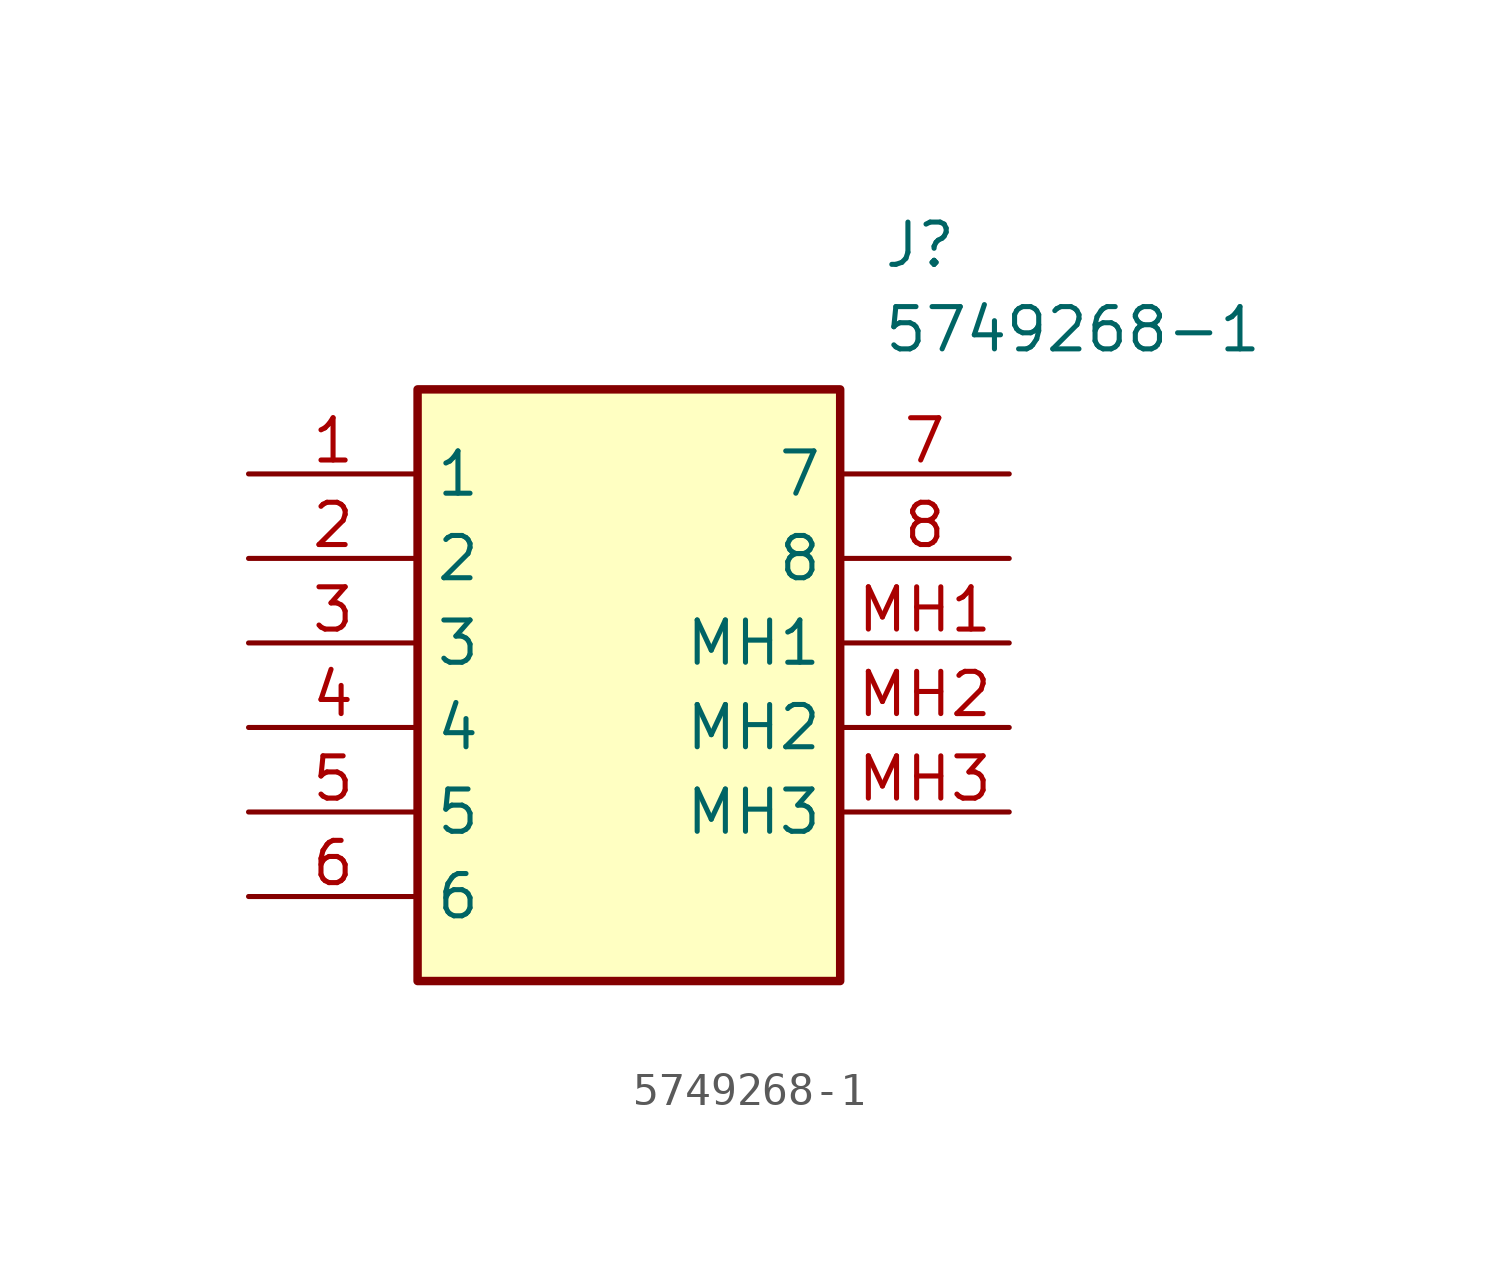
<source format=kicad_sym>
(kicad_symbol_lib
  (version 20211014)
  (generator SamacSys_ECAD_Model)
  (symbol "5749268-1"
    (property "Reference" "J"
      (at 19.05 7.62 0)
      (effects (font (size 1.27 1.27)) (justify left top)))
    (property "Value" "5749268-1"
      (at 19.05 5.08 0)
      (effects (font (size 1.27 1.27)) (justify left top)))
    (rectangle
      (start 5.08 2.54)
      (end 17.78 -15.24)
      (stroke (width 0.254) (type default))
      (fill (type background)))
    (pin passive line
      (at 0 0 0)
      (length 5.08)
      (name "1" (effects (font (size 1.27 1.27))))
      (number "1" (effects (font (size 1.27 1.27)))))
    (pin passive line
      (at 0 -2.54 0)
      (length 5.08)
      (name "2" (effects (font (size 1.27 1.27))))
      (number "2" (effects (font (size 1.27 1.27)))))
    (pin passive line
      (at 0 -5.08 0)
      (length 5.08)
      (name "3" (effects (font (size 1.27 1.27))))
      (number "3" (effects (font (size 1.27 1.27)))))
    (pin passive line
      (at 0 -7.62 0)
      (length 5.08)
      (name "4" (effects (font (size 1.27 1.27))))
      (number "4" (effects (font (size 1.27 1.27)))))
    (pin passive line
      (at 0 -10.16 0)
      (length 5.08)
      (name "5" (effects (font (size 1.27 1.27))))
      (number "5" (effects (font (size 1.27 1.27)))))
    (pin passive line
      (at 0 -12.7 0)
      (length 5.08)
      (name "6" (effects (font (size 1.27 1.27))))
      (number "6" (effects (font (size 1.27 1.27)))))
    (pin passive line
      (at 22.86 0 180)
      (length 5.08)
      (name "7" (effects (font (size 1.27 1.27))))
      (number "7" (effects (font (size 1.27 1.27)))))
    (pin passive line
      (at 22.86 -2.54 180)
      (length 5.08)
      (name "8" (effects (font (size 1.27 1.27))))
      (number "8" (effects (font (size 1.27 1.27)))))
    (pin passive line
      (at 22.86 -5.08 180)
      (length 5.08)
      (name "MH1" (effects (font (size 1.27 1.27))))
      (number "MH1" (effects (font (size 1.27 1.27)))))
    (pin passive line
      (at 22.86 -7.62 180)
      (length 5.08)
      (name "MH2" (effects (font (size 1.27 1.27))))
      (number "MH2" (effects (font (size 1.27 1.27)))))
    (pin passive line
      (at 22.86 -10.16 180)
      (length 5.08)
      (name "MH3" (effects (font (size 1.27 1.27))))
      (number "MH3" (effects (font (size 1.27 1.27)))))))
</source>
